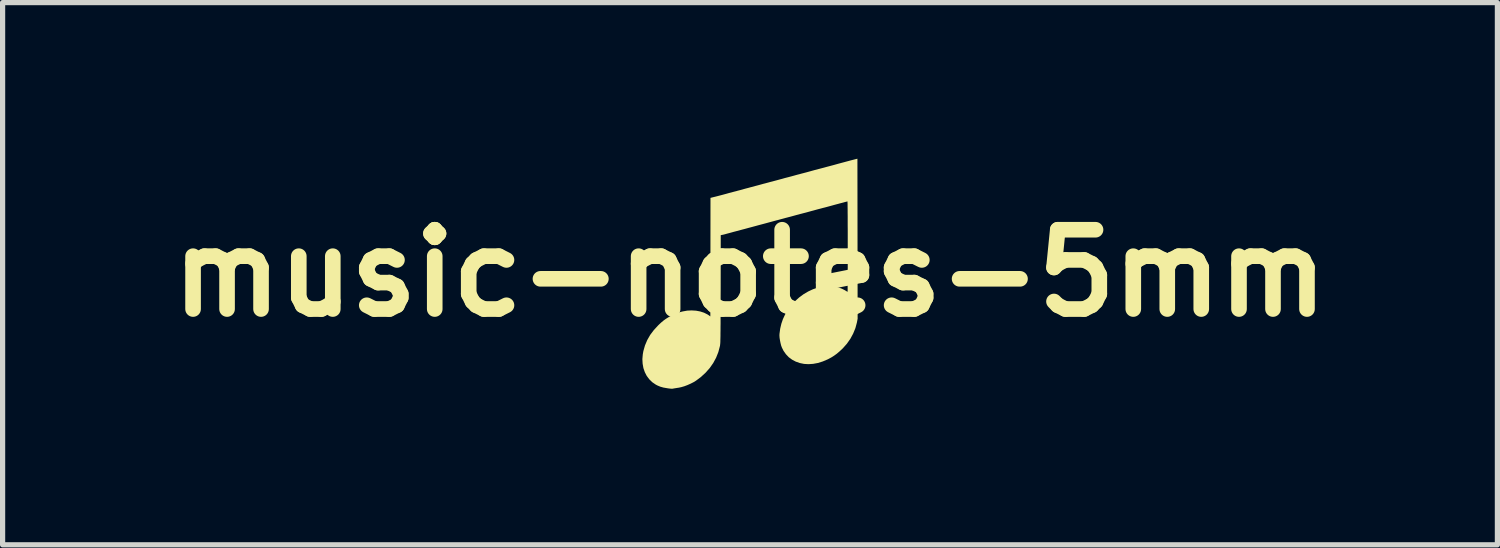
<source format=kicad_pcb>
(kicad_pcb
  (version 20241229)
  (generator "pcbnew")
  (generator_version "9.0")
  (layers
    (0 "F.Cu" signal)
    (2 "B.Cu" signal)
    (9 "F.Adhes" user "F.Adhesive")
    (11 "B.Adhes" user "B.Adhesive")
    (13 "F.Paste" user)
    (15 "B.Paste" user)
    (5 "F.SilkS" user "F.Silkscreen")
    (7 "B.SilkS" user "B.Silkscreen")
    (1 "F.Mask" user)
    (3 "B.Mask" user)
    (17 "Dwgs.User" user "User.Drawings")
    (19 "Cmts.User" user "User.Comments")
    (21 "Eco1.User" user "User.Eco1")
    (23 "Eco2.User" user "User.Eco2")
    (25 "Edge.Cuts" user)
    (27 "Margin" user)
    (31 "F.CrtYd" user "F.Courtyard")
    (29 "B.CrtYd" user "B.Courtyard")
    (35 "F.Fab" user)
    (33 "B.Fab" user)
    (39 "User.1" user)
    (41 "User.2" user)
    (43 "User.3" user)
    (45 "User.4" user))
  (footprint "music-notes-5mm"
    (layer "F.Cu")
    (at 11.365 2.2)
    (property "Reference" "music-notes-5mm" (at 0 0 0) (layer "F.SilkS") (effects (font (size 1.524 1.524) (thickness 0.3))))
    (attr board_only exclude_from_pos_files exclude_from_bom)
    (fp_poly (pts (xy 2.068 0.876) (xy 2.054 0.949) (xy 2.025 1.057) (xy 1.982 1.162) (xy 1.928 1.262) (xy 1.861 1.357) (xy 1.783 1.445) (xy 1.72 1.504) (xy 1.667 1.549) (xy 1.617 1.585) (xy 1.567 1.617) (xy 1.51 1.648) (xy 1.492 1.657) (xy 1.398 1.697) (xy 1.305 1.726) (xy 1.213 1.743) (xy 1.124 1.749) (xy 1.038 1.744) (xy 0.956 1.727) (xy 0.879 1.7) (xy 0.809 1.663) (xy 0.745 1.616) (xy 0.69 1.558) (xy 0.643 1.491) (xy 0.613 1.431) (xy 0.598 1.391) (xy 0.586 1.343) (xy 0.576 1.293) (xy 0.568 1.243) (xy 0.565 1.198) (xy 0.566 1.168) (xy 0.58 1.065) (xy 0.602 0.972) (xy 0.632 0.884) (xy 0.67 0.802) (xy 0.726 0.708) (xy 0.791 0.62) (xy 0.863 0.54) (xy 0.943 0.468) (xy 1.028 0.405) (xy 1.118 0.352) (xy 1.21 0.309) (xy 1.305 0.277) (xy 1.401 0.256) (xy 1.497 0.247) (xy 1.591 0.252) (xy 1.627 0.257) (xy 1.696 0.273) (xy 1.763 0.298) (xy 1.823 0.328) (xy 1.831 0.333) (xy 1.852 0.346) (xy 1.867 0.355) (xy 1.875 0.359) (xy 1.875 0.359) (xy 1.875 0.352) (xy 1.876 0.332) (xy 1.876 0.299) (xy 1.876 0.255) (xy 1.877 0.201) (xy 1.877 0.136) (xy 1.877 0.063) (xy 1.877 -0.019) (xy 1.878 -0.108) (xy 1.878 -0.203) (xy 1.878 -0.304) (xy 1.878 -0.41) (xy 1.878 -0.51) (xy 1.878 -0.619) (xy 1.878 -0.725) (xy 1.878 -0.825) (xy 1.877 -0.92) (xy 1.877 -1.008) (xy 1.877 -1.089) (xy 1.876 -1.162) (xy 1.876 -1.226) (xy 1.875 -1.279) (xy 1.875 -1.322) (xy 1.874 -1.354) (xy 1.873 -1.373) (xy 1.873 -1.379) (xy 1.864 -1.377) (xy 1.845 -1.372) (xy 1.82 -1.366) (xy 1.815 -1.364) (xy 1.782 -1.355) (xy 1.743 -1.345) (xy 1.705 -1.335) (xy 1.699 -1.333) (xy 1.664 -1.324) (xy 1.623 -1.313) (xy 1.58 -1.301) (xy 1.555 -1.294) (xy 1.514 -1.283) (xy 1.47 -1.271) (xy 1.428 -1.26) (xy 1.407 -1.255) (xy 1.351 -1.24) (xy 1.304 -1.228) (xy 1.264 -1.217) (xy 1.225 -1.206) (xy 1.183 -1.195) (xy 1.147 -1.185) (xy 1.107 -1.174) (xy 1.067 -1.163) (xy 1.031 -1.154) (xy 1.004 -1.147) (xy 1.002 -1.146) (xy 0.976 -1.14) (xy 0.941 -1.13) (xy 0.902 -1.12) (xy 0.862 -1.109) (xy 0.858 -1.108) (xy 0.818 -1.097) (xy 0.778 -1.086) (xy 0.743 -1.077) (xy 0.716 -1.07) (xy 0.714 -1.069) (xy 0.692 -1.064) (xy 0.66 -1.055) (xy 0.619 -1.044) (xy 0.574 -1.032) (xy 0.527 -1.019) (xy 0.517 -1.017) (xy 0.436 -0.995) (xy 0.358 -0.974) (xy 0.285 -0.954) (xy 0.217 -0.936) (xy 0.157 -0.92) (xy 0.106 -0.906) (xy 0.065 -0.895) (xy 0.036 -0.887) (xy 0.032 -0.886) (xy 0.006 -0.879) (xy -0.029 -0.87) (xy -0.069 -0.859) (xy -0.109 -0.848) (xy -0.113 -0.847) (xy -0.152 -0.837) (xy -0.192 -0.826) (xy -0.228 -0.816) (xy -0.255 -0.809) (xy -0.257 -0.809) (xy -0.283 -0.802) (xy -0.318 -0.793) (xy -0.357 -0.782) (xy -0.397 -0.771) (xy -0.401 -0.77) (xy -0.439 -0.76) (xy -0.475 -0.75) (xy -0.505 -0.742) (xy -0.527 -0.737) (xy -0.529 -0.737) (xy -0.563 -0.73) (xy -0.564 0.305) (xy -0.565 0.447) (xy -0.565 0.575) (xy -0.565 0.691) (xy -0.566 0.794) (xy -0.566 0.887) (xy -0.566 0.968) (xy -0.567 1.041) (xy -0.567 1.104) (xy -0.568 1.158) (xy -0.568 1.205) (xy -0.569 1.245) (xy -0.57 1.279) (xy -0.57 1.307) (xy -0.571 1.33) (xy -0.572 1.349) (xy -0.574 1.365) (xy -0.575 1.378) (xy -0.576 1.389) (xy -0.578 1.399) (xy -0.579 1.403) (xy -0.609 1.517) (xy -0.652 1.625) (xy -0.707 1.727) (xy -0.775 1.824) (xy -0.856 1.915) (xy -0.948 1.999) (xy -1.038 2.066) (xy -1.085 2.095) (xy -1.142 2.124) (xy -1.203 2.151) (xy -1.264 2.174) (xy -1.323 2.191) (xy -1.374 2.202) (xy -1.378 2.202) (xy -1.409 2.207) (xy -1.441 2.212) (xy -1.465 2.216) (xy -1.481 2.219) (xy -1.493 2.221) (xy -1.506 2.221) (xy -1.521 2.22) (xy -1.543 2.218) (xy -1.575 2.214) (xy -1.593 2.211) (xy -1.663 2.199) (xy -1.724 2.182) (xy -1.781 2.158) (xy -1.813 2.141) (xy -1.88 2.095) (xy -1.937 2.039) (xy -1.985 1.975) (xy -2.022 1.903) (xy -2.049 1.825) (xy -2.064 1.741) (xy -2.069 1.652) (xy -2.061 1.56) (xy -2.05 1.498) (xy -2.019 1.389) (xy -1.975 1.285) (xy -1.919 1.187) (xy -1.849 1.094) (xy -1.766 1.004) (xy -1.757 0.995) (xy -1.707 0.948) (xy -1.66 0.909) (xy -1.614 0.876) (xy -1.565 0.846) (xy -1.526 0.824) (xy -1.469 0.795) (xy -1.417 0.773) (xy -1.366 0.755) (xy -1.308 0.739) (xy -1.291 0.735) (xy -1.207 0.72) (xy -1.122 0.716) (xy -1.038 0.721) (xy -0.958 0.736) (xy -0.884 0.76) (xy -0.818 0.793) (xy -0.792 0.81) (xy -0.763 0.831) (xy -0.761 -0.308) (xy -0.76 -1.447) (xy -0.688 -1.465) (xy -0.659 -1.472) (xy -0.62 -1.482) (xy -0.574 -1.494) (xy -0.524 -1.507) (xy -0.473 -1.521) (xy -0.454 -1.526) (xy -0.405 -1.54) (xy -0.357 -1.552) (xy -0.314 -1.564) (xy -0.278 -1.573) (xy -0.251 -1.58) (xy -0.243 -1.583) (xy -0.215 -1.59) (xy -0.179 -1.599) (xy -0.14 -1.61) (xy -0.113 -1.618) (xy -0.072 -1.629) (xy -0.029 -1.64) (xy 0.01 -1.651) (xy 0.032 -1.656) (xy 0.066 -1.665) (xy 0.108 -1.677) (xy 0.15 -1.688) (xy 0.176 -1.695) (xy 0.216 -1.706) (xy 0.259 -1.718) (xy 0.299 -1.728) (xy 0.32 -1.734) (xy 0.347 -1.741) (xy 0.383 -1.751) (xy 0.427 -1.762) (xy 0.475 -1.775) (xy 0.524 -1.788) (xy 0.531 -1.79) (xy 0.578 -1.803) (xy 0.624 -1.815) (xy 0.665 -1.827) (xy 0.7 -1.836) (xy 0.724 -1.842) (xy 0.728 -1.843) (xy 0.754 -1.85) (xy 0.789 -1.859) (xy 0.829 -1.87) (xy 0.869 -1.881) (xy 0.872 -1.882) (xy 0.912 -1.893) (xy 0.952 -1.903) (xy 0.988 -1.913) (xy 1.015 -1.92) (xy 1.016 -1.92) (xy 1.042 -1.927) (xy 1.077 -1.936) (xy 1.117 -1.947) (xy 1.157 -1.958) (xy 1.161 -1.959) (xy 1.2 -1.97) (xy 1.24 -1.981) (xy 1.276 -1.99) (xy 1.303 -1.997) (xy 1.305 -1.998) (xy 1.332 -2.005) (xy 1.37 -2.015) (xy 1.42 -2.028) (xy 1.478 -2.044) (xy 1.543 -2.061) (xy 1.614 -2.08) (xy 1.689 -2.101) (xy 1.767 -2.122) (xy 1.79 -2.128) (xy 1.838 -2.141) (xy 1.887 -2.154) (xy 1.931 -2.166) (xy 1.97 -2.176) (xy 1.998 -2.183) (xy 2.001 -2.184) (xy 2.064 -2.2)) (stroke (width 0) (type solid)) (fill yes) (layer "F.SilkS")))
  (gr_rect
    (start -3 -3)
    (end 25.729 7.421)
    (stroke (width 0.1) (type default))
    (fill no)
    (layer "Edge.Cuts")))
</source>
